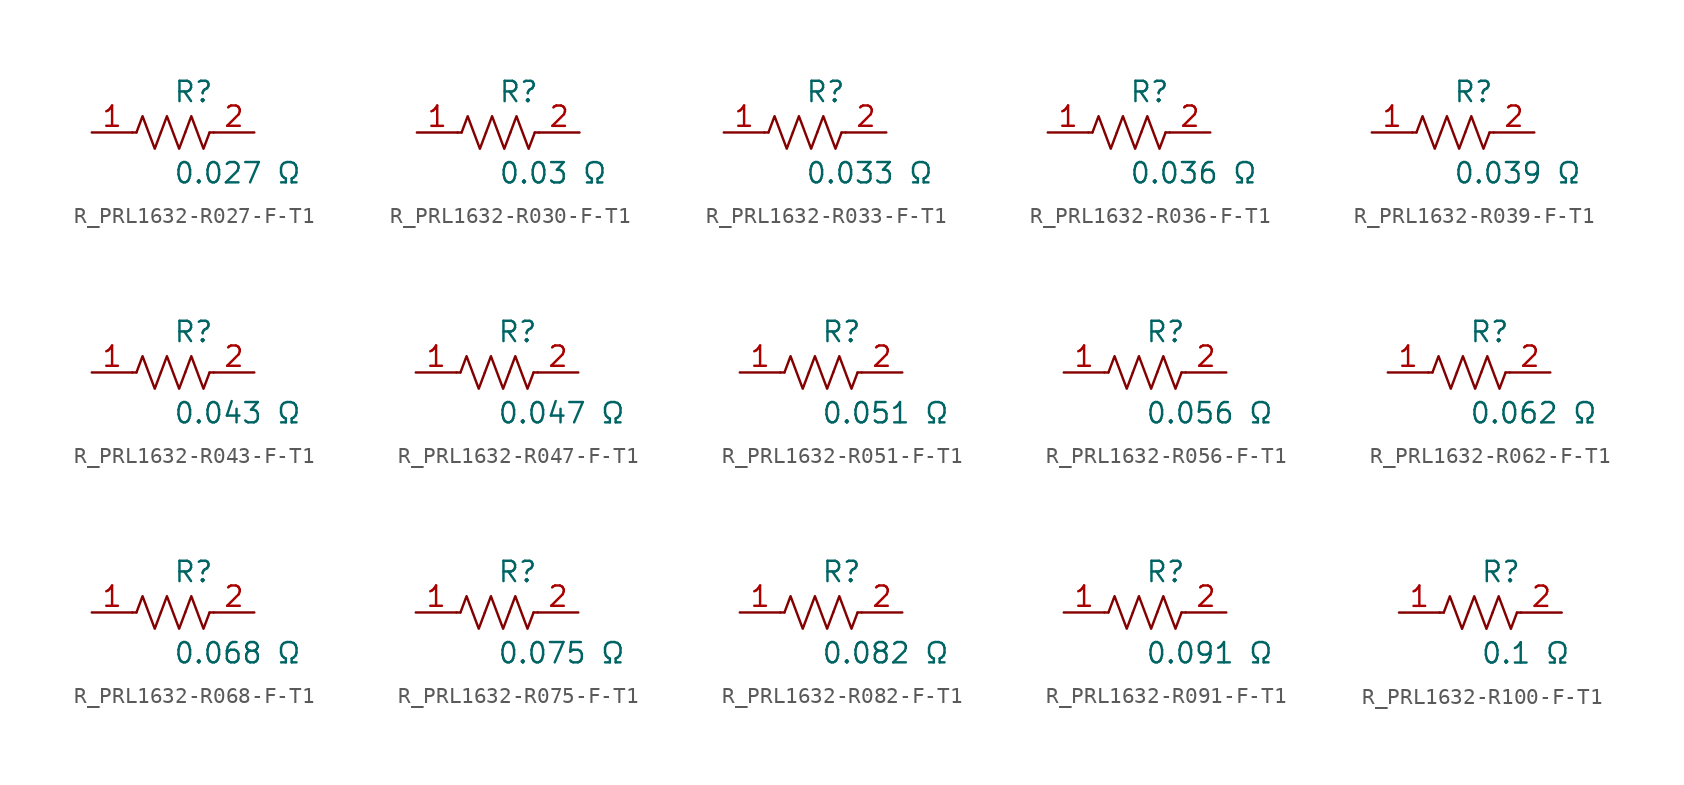
<source format=kicad_sym>
(kicad_symbol_lib
  (version 20231120)
  (generator kicad_symbol_editor)
  (generator_version 8.0)
  (symbol "R_PRL1632-R027-F-T1"
    (pin_names
      (offset 0.254))
    (property "Reference" "R"
      (at 0 2.54 0)
      (effects (font (size 1.27 1.27)) (justify left)))
    (property "Value" "0.027 Ω"
      (at 0 -2.54 0)
      (effects (font (size 1.27 1.27)) (justify left)))
    (symbol "R_PRL1632-R027-F-T1_0_1"
      (polyline (pts (xy 2.286 0) (xy 2.54 0)) (stroke (width 0) (type default)) (fill (type none)))
      (polyline (pts (xy -2.286 0) (xy -2.54 0)) (stroke (width 0) (type default)) (fill (type none)))
      (polyline (pts (xy 0.762 0) (xy 1.143 1.016) (xy 1.524 0) (xy 1.905 -1.016) (xy 2.286 0)) (stroke (width 0) (type default)) (fill (type none)))
      (polyline (pts (xy -0.762 0) (xy -0.381 1.016) (xy 0 0) (xy 0.381 -1.016) (xy 0.762 0)) (stroke (width 0) (type default)) (fill (type none)))
      (polyline (pts (xy -2.286 0) (xy -1.905 1.016) (xy -1.524 0) (xy -1.143 -1.016) (xy -0.762 0)) (stroke (width 0) (type default)) (fill (type none))))
    (pin passive line
      (at -5.08 0 0)
      (length 2.54)
      (name "" (effects (font (size 1.27 1.27))))
      (number "1" (effects (font (size 1.27 1.27)))))
    (pin passive line
      (at 5.08 0 180)
      (length 2.54)
      (name "" (effects (font (size 1.27 1.27))))
      (number "2" (effects (font (size 1.27 1.27))))))
  (symbol "R_PRL1632-R030-F-T1"
    (pin_names
      (offset 0.254))
    (property "Reference" "R"
      (at 0 2.54 0)
      (effects (font (size 1.27 1.27)) (justify left)))
    (property "Value" "0.03 Ω"
      (at 0 -2.54 0)
      (effects (font (size 1.27 1.27)) (justify left)))
    (symbol "R_PRL1632-R030-F-T1_0_1"
      (polyline (pts (xy 2.286 0) (xy 2.54 0)) (stroke (width 0) (type default)) (fill (type none)))
      (polyline (pts (xy -2.286 0) (xy -2.54 0)) (stroke (width 0) (type default)) (fill (type none)))
      (polyline (pts (xy 0.762 0) (xy 1.143 1.016) (xy 1.524 0) (xy 1.905 -1.016) (xy 2.286 0)) (stroke (width 0) (type default)) (fill (type none)))
      (polyline (pts (xy -0.762 0) (xy -0.381 1.016) (xy 0 0) (xy 0.381 -1.016) (xy 0.762 0)) (stroke (width 0) (type default)) (fill (type none)))
      (polyline (pts (xy -2.286 0) (xy -1.905 1.016) (xy -1.524 0) (xy -1.143 -1.016) (xy -0.762 0)) (stroke (width 0) (type default)) (fill (type none))))
    (pin passive line
      (at -5.08 0 0)
      (length 2.54)
      (name "" (effects (font (size 1.27 1.27))))
      (number "1" (effects (font (size 1.27 1.27)))))
    (pin passive line
      (at 5.08 0 180)
      (length 2.54)
      (name "" (effects (font (size 1.27 1.27))))
      (number "2" (effects (font (size 1.27 1.27))))))
  (symbol "R_PRL1632-R033-F-T1"
    (pin_names
      (offset 0.254))
    (property "Reference" "R"
      (at 0 2.54 0)
      (effects (font (size 1.27 1.27)) (justify left)))
    (property "Value" "0.033 Ω"
      (at 0 -2.54 0)
      (effects (font (size 1.27 1.27)) (justify left)))
    (symbol "R_PRL1632-R033-F-T1_0_1"
      (polyline (pts (xy 2.286 0) (xy 2.54 0)) (stroke (width 0) (type default)) (fill (type none)))
      (polyline (pts (xy -2.286 0) (xy -2.54 0)) (stroke (width 0) (type default)) (fill (type none)))
      (polyline (pts (xy 0.762 0) (xy 1.143 1.016) (xy 1.524 0) (xy 1.905 -1.016) (xy 2.286 0)) (stroke (width 0) (type default)) (fill (type none)))
      (polyline (pts (xy -0.762 0) (xy -0.381 1.016) (xy 0 0) (xy 0.381 -1.016) (xy 0.762 0)) (stroke (width 0) (type default)) (fill (type none)))
      (polyline (pts (xy -2.286 0) (xy -1.905 1.016) (xy -1.524 0) (xy -1.143 -1.016) (xy -0.762 0)) (stroke (width 0) (type default)) (fill (type none))))
    (pin passive line
      (at -5.08 0 0)
      (length 2.54)
      (name "" (effects (font (size 1.27 1.27))))
      (number "1" (effects (font (size 1.27 1.27)))))
    (pin passive line
      (at 5.08 0 180)
      (length 2.54)
      (name "" (effects (font (size 1.27 1.27))))
      (number "2" (effects (font (size 1.27 1.27))))))
  (symbol "R_PRL1632-R036-F-T1"
    (pin_names
      (offset 0.254))
    (property "Reference" "R"
      (at 0 2.54 0)
      (effects (font (size 1.27 1.27)) (justify left)))
    (property "Value" "0.036 Ω"
      (at 0 -2.54 0)
      (effects (font (size 1.27 1.27)) (justify left)))
    (symbol "R_PRL1632-R036-F-T1_0_1"
      (polyline (pts (xy 2.286 0) (xy 2.54 0)) (stroke (width 0) (type default)) (fill (type none)))
      (polyline (pts (xy -2.286 0) (xy -2.54 0)) (stroke (width 0) (type default)) (fill (type none)))
      (polyline (pts (xy 0.762 0) (xy 1.143 1.016) (xy 1.524 0) (xy 1.905 -1.016) (xy 2.286 0)) (stroke (width 0) (type default)) (fill (type none)))
      (polyline (pts (xy -0.762 0) (xy -0.381 1.016) (xy 0 0) (xy 0.381 -1.016) (xy 0.762 0)) (stroke (width 0) (type default)) (fill (type none)))
      (polyline (pts (xy -2.286 0) (xy -1.905 1.016) (xy -1.524 0) (xy -1.143 -1.016) (xy -0.762 0)) (stroke (width 0) (type default)) (fill (type none))))
    (pin passive line
      (at -5.08 0 0)
      (length 2.54)
      (name "" (effects (font (size 1.27 1.27))))
      (number "1" (effects (font (size 1.27 1.27)))))
    (pin passive line
      (at 5.08 0 180)
      (length 2.54)
      (name "" (effects (font (size 1.27 1.27))))
      (number "2" (effects (font (size 1.27 1.27))))))
  (symbol "R_PRL1632-R039-F-T1"
    (pin_names
      (offset 0.254))
    (property "Reference" "R"
      (at 0 2.54 0)
      (effects (font (size 1.27 1.27)) (justify left)))
    (property "Value" "0.039 Ω"
      (at 0 -2.54 0)
      (effects (font (size 1.27 1.27)) (justify left)))
    (symbol "R_PRL1632-R039-F-T1_0_1"
      (polyline (pts (xy 2.286 0) (xy 2.54 0)) (stroke (width 0) (type default)) (fill (type none)))
      (polyline (pts (xy -2.286 0) (xy -2.54 0)) (stroke (width 0) (type default)) (fill (type none)))
      (polyline (pts (xy 0.762 0) (xy 1.143 1.016) (xy 1.524 0) (xy 1.905 -1.016) (xy 2.286 0)) (stroke (width 0) (type default)) (fill (type none)))
      (polyline (pts (xy -0.762 0) (xy -0.381 1.016) (xy 0 0) (xy 0.381 -1.016) (xy 0.762 0)) (stroke (width 0) (type default)) (fill (type none)))
      (polyline (pts (xy -2.286 0) (xy -1.905 1.016) (xy -1.524 0) (xy -1.143 -1.016) (xy -0.762 0)) (stroke (width 0) (type default)) (fill (type none))))
    (pin passive line
      (at -5.08 0 0)
      (length 2.54)
      (name "" (effects (font (size 1.27 1.27))))
      (number "1" (effects (font (size 1.27 1.27)))))
    (pin passive line
      (at 5.08 0 180)
      (length 2.54)
      (name "" (effects (font (size 1.27 1.27))))
      (number "2" (effects (font (size 1.27 1.27))))))
  (symbol "R_PRL1632-R043-F-T1"
    (pin_names
      (offset 0.254))
    (property "Reference" "R"
      (at 0 2.54 0)
      (effects (font (size 1.27 1.27)) (justify left)))
    (property "Value" "0.043 Ω"
      (at 0 -2.54 0)
      (effects (font (size 1.27 1.27)) (justify left)))
    (symbol "R_PRL1632-R043-F-T1_0_1"
      (polyline (pts (xy 2.286 0) (xy 2.54 0)) (stroke (width 0) (type default)) (fill (type none)))
      (polyline (pts (xy -2.286 0) (xy -2.54 0)) (stroke (width 0) (type default)) (fill (type none)))
      (polyline (pts (xy 0.762 0) (xy 1.143 1.016) (xy 1.524 0) (xy 1.905 -1.016) (xy 2.286 0)) (stroke (width 0) (type default)) (fill (type none)))
      (polyline (pts (xy -0.762 0) (xy -0.381 1.016) (xy 0 0) (xy 0.381 -1.016) (xy 0.762 0)) (stroke (width 0) (type default)) (fill (type none)))
      (polyline (pts (xy -2.286 0) (xy -1.905 1.016) (xy -1.524 0) (xy -1.143 -1.016) (xy -0.762 0)) (stroke (width 0) (type default)) (fill (type none))))
    (pin passive line
      (at -5.08 0 0)
      (length 2.54)
      (name "" (effects (font (size 1.27 1.27))))
      (number "1" (effects (font (size 1.27 1.27)))))
    (pin passive line
      (at 5.08 0 180)
      (length 2.54)
      (name "" (effects (font (size 1.27 1.27))))
      (number "2" (effects (font (size 1.27 1.27))))))
  (symbol "R_PRL1632-R047-F-T1"
    (pin_names
      (offset 0.254))
    (property "Reference" "R"
      (at 0 2.54 0)
      (effects (font (size 1.27 1.27)) (justify left)))
    (property "Value" "0.047 Ω"
      (at 0 -2.54 0)
      (effects (font (size 1.27 1.27)) (justify left)))
    (symbol "R_PRL1632-R047-F-T1_0_1"
      (polyline (pts (xy 2.286 0) (xy 2.54 0)) (stroke (width 0) (type default)) (fill (type none)))
      (polyline (pts (xy -2.286 0) (xy -2.54 0)) (stroke (width 0) (type default)) (fill (type none)))
      (polyline (pts (xy 0.762 0) (xy 1.143 1.016) (xy 1.524 0) (xy 1.905 -1.016) (xy 2.286 0)) (stroke (width 0) (type default)) (fill (type none)))
      (polyline (pts (xy -0.762 0) (xy -0.381 1.016) (xy 0 0) (xy 0.381 -1.016) (xy 0.762 0)) (stroke (width 0) (type default)) (fill (type none)))
      (polyline (pts (xy -2.286 0) (xy -1.905 1.016) (xy -1.524 0) (xy -1.143 -1.016) (xy -0.762 0)) (stroke (width 0) (type default)) (fill (type none))))
    (pin passive line
      (at -5.08 0 0)
      (length 2.54)
      (name "" (effects (font (size 1.27 1.27))))
      (number "1" (effects (font (size 1.27 1.27)))))
    (pin passive line
      (at 5.08 0 180)
      (length 2.54)
      (name "" (effects (font (size 1.27 1.27))))
      (number "2" (effects (font (size 1.27 1.27))))))
  (symbol "R_PRL1632-R051-F-T1"
    (pin_names
      (offset 0.254))
    (property "Reference" "R"
      (at 0 2.54 0)
      (effects (font (size 1.27 1.27)) (justify left)))
    (property "Value" "0.051 Ω"
      (at 0 -2.54 0)
      (effects (font (size 1.27 1.27)) (justify left)))
    (symbol "R_PRL1632-R051-F-T1_0_1"
      (polyline (pts (xy 2.286 0) (xy 2.54 0)) (stroke (width 0) (type default)) (fill (type none)))
      (polyline (pts (xy -2.286 0) (xy -2.54 0)) (stroke (width 0) (type default)) (fill (type none)))
      (polyline (pts (xy 0.762 0) (xy 1.143 1.016) (xy 1.524 0) (xy 1.905 -1.016) (xy 2.286 0)) (stroke (width 0) (type default)) (fill (type none)))
      (polyline (pts (xy -0.762 0) (xy -0.381 1.016) (xy 0 0) (xy 0.381 -1.016) (xy 0.762 0)) (stroke (width 0) (type default)) (fill (type none)))
      (polyline (pts (xy -2.286 0) (xy -1.905 1.016) (xy -1.524 0) (xy -1.143 -1.016) (xy -0.762 0)) (stroke (width 0) (type default)) (fill (type none))))
    (pin passive line
      (at -5.08 0 0)
      (length 2.54)
      (name "" (effects (font (size 1.27 1.27))))
      (number "1" (effects (font (size 1.27 1.27)))))
    (pin passive line
      (at 5.08 0 180)
      (length 2.54)
      (name "" (effects (font (size 1.27 1.27))))
      (number "2" (effects (font (size 1.27 1.27))))))
  (symbol "R_PRL1632-R056-F-T1"
    (pin_names
      (offset 0.254))
    (property "Reference" "R"
      (at 0 2.54 0)
      (effects (font (size 1.27 1.27)) (justify left)))
    (property "Value" "0.056 Ω"
      (at 0 -2.54 0)
      (effects (font (size 1.27 1.27)) (justify left)))
    (symbol "R_PRL1632-R056-F-T1_0_1"
      (polyline (pts (xy 2.286 0) (xy 2.54 0)) (stroke (width 0) (type default)) (fill (type none)))
      (polyline (pts (xy -2.286 0) (xy -2.54 0)) (stroke (width 0) (type default)) (fill (type none)))
      (polyline (pts (xy 0.762 0) (xy 1.143 1.016) (xy 1.524 0) (xy 1.905 -1.016) (xy 2.286 0)) (stroke (width 0) (type default)) (fill (type none)))
      (polyline (pts (xy -0.762 0) (xy -0.381 1.016) (xy 0 0) (xy 0.381 -1.016) (xy 0.762 0)) (stroke (width 0) (type default)) (fill (type none)))
      (polyline (pts (xy -2.286 0) (xy -1.905 1.016) (xy -1.524 0) (xy -1.143 -1.016) (xy -0.762 0)) (stroke (width 0) (type default)) (fill (type none))))
    (pin passive line
      (at -5.08 0 0)
      (length 2.54)
      (name "" (effects (font (size 1.27 1.27))))
      (number "1" (effects (font (size 1.27 1.27)))))
    (pin passive line
      (at 5.08 0 180)
      (length 2.54)
      (name "" (effects (font (size 1.27 1.27))))
      (number "2" (effects (font (size 1.27 1.27))))))
  (symbol "R_PRL1632-R062-F-T1"
    (pin_names
      (offset 0.254))
    (property "Reference" "R"
      (at 0 2.54 0)
      (effects (font (size 1.27 1.27)) (justify left)))
    (property "Value" "0.062 Ω"
      (at 0 -2.54 0)
      (effects (font (size 1.27 1.27)) (justify left)))
    (symbol "R_PRL1632-R062-F-T1_0_1"
      (polyline (pts (xy 2.286 0) (xy 2.54 0)) (stroke (width 0) (type default)) (fill (type none)))
      (polyline (pts (xy -2.286 0) (xy -2.54 0)) (stroke (width 0) (type default)) (fill (type none)))
      (polyline (pts (xy 0.762 0) (xy 1.143 1.016) (xy 1.524 0) (xy 1.905 -1.016) (xy 2.286 0)) (stroke (width 0) (type default)) (fill (type none)))
      (polyline (pts (xy -0.762 0) (xy -0.381 1.016) (xy 0 0) (xy 0.381 -1.016) (xy 0.762 0)) (stroke (width 0) (type default)) (fill (type none)))
      (polyline (pts (xy -2.286 0) (xy -1.905 1.016) (xy -1.524 0) (xy -1.143 -1.016) (xy -0.762 0)) (stroke (width 0) (type default)) (fill (type none))))
    (pin passive line
      (at -5.08 0 0)
      (length 2.54)
      (name "" (effects (font (size 1.27 1.27))))
      (number "1" (effects (font (size 1.27 1.27)))))
    (pin passive line
      (at 5.08 0 180)
      (length 2.54)
      (name "" (effects (font (size 1.27 1.27))))
      (number "2" (effects (font (size 1.27 1.27))))))
  (symbol "R_PRL1632-R068-F-T1"
    (pin_names
      (offset 0.254))
    (property "Reference" "R"
      (at 0 2.54 0)
      (effects (font (size 1.27 1.27)) (justify left)))
    (property "Value" "0.068 Ω"
      (at 0 -2.54 0)
      (effects (font (size 1.27 1.27)) (justify left)))
    (symbol "R_PRL1632-R068-F-T1_0_1"
      (polyline (pts (xy 2.286 0) (xy 2.54 0)) (stroke (width 0) (type default)) (fill (type none)))
      (polyline (pts (xy -2.286 0) (xy -2.54 0)) (stroke (width 0) (type default)) (fill (type none)))
      (polyline (pts (xy 0.762 0) (xy 1.143 1.016) (xy 1.524 0) (xy 1.905 -1.016) (xy 2.286 0)) (stroke (width 0) (type default)) (fill (type none)))
      (polyline (pts (xy -0.762 0) (xy -0.381 1.016) (xy 0 0) (xy 0.381 -1.016) (xy 0.762 0)) (stroke (width 0) (type default)) (fill (type none)))
      (polyline (pts (xy -2.286 0) (xy -1.905 1.016) (xy -1.524 0) (xy -1.143 -1.016) (xy -0.762 0)) (stroke (width 0) (type default)) (fill (type none))))
    (pin passive line
      (at -5.08 0 0)
      (length 2.54)
      (name "" (effects (font (size 1.27 1.27))))
      (number "1" (effects (font (size 1.27 1.27)))))
    (pin passive line
      (at 5.08 0 180)
      (length 2.54)
      (name "" (effects (font (size 1.27 1.27))))
      (number "2" (effects (font (size 1.27 1.27))))))
  (symbol "R_PRL1632-R075-F-T1"
    (pin_names
      (offset 0.254))
    (property "Reference" "R"
      (at 0 2.54 0)
      (effects (font (size 1.27 1.27)) (justify left)))
    (property "Value" "0.075 Ω"
      (at 0 -2.54 0)
      (effects (font (size 1.27 1.27)) (justify left)))
    (symbol "R_PRL1632-R075-F-T1_0_1"
      (polyline (pts (xy 2.286 0) (xy 2.54 0)) (stroke (width 0) (type default)) (fill (type none)))
      (polyline (pts (xy -2.286 0) (xy -2.54 0)) (stroke (width 0) (type default)) (fill (type none)))
      (polyline (pts (xy 0.762 0) (xy 1.143 1.016) (xy 1.524 0) (xy 1.905 -1.016) (xy 2.286 0)) (stroke (width 0) (type default)) (fill (type none)))
      (polyline (pts (xy -0.762 0) (xy -0.381 1.016) (xy 0 0) (xy 0.381 -1.016) (xy 0.762 0)) (stroke (width 0) (type default)) (fill (type none)))
      (polyline (pts (xy -2.286 0) (xy -1.905 1.016) (xy -1.524 0) (xy -1.143 -1.016) (xy -0.762 0)) (stroke (width 0) (type default)) (fill (type none))))
    (pin passive line
      (at -5.08 0 0)
      (length 2.54)
      (name "" (effects (font (size 1.27 1.27))))
      (number "1" (effects (font (size 1.27 1.27)))))
    (pin passive line
      (at 5.08 0 180)
      (length 2.54)
      (name "" (effects (font (size 1.27 1.27))))
      (number "2" (effects (font (size 1.27 1.27))))))
  (symbol "R_PRL1632-R082-F-T1"
    (pin_names
      (offset 0.254))
    (property "Reference" "R"
      (at 0 2.54 0)
      (effects (font (size 1.27 1.27)) (justify left)))
    (property "Value" "0.082 Ω"
      (at 0 -2.54 0)
      (effects (font (size 1.27 1.27)) (justify left)))
    (symbol "R_PRL1632-R082-F-T1_0_1"
      (polyline (pts (xy 2.286 0) (xy 2.54 0)) (stroke (width 0) (type default)) (fill (type none)))
      (polyline (pts (xy -2.286 0) (xy -2.54 0)) (stroke (width 0) (type default)) (fill (type none)))
      (polyline (pts (xy 0.762 0) (xy 1.143 1.016) (xy 1.524 0) (xy 1.905 -1.016) (xy 2.286 0)) (stroke (width 0) (type default)) (fill (type none)))
      (polyline (pts (xy -0.762 0) (xy -0.381 1.016) (xy 0 0) (xy 0.381 -1.016) (xy 0.762 0)) (stroke (width 0) (type default)) (fill (type none)))
      (polyline (pts (xy -2.286 0) (xy -1.905 1.016) (xy -1.524 0) (xy -1.143 -1.016) (xy -0.762 0)) (stroke (width 0) (type default)) (fill (type none))))
    (pin passive line
      (at -5.08 0 0)
      (length 2.54)
      (name "" (effects (font (size 1.27 1.27))))
      (number "1" (effects (font (size 1.27 1.27)))))
    (pin passive line
      (at 5.08 0 180)
      (length 2.54)
      (name "" (effects (font (size 1.27 1.27))))
      (number "2" (effects (font (size 1.27 1.27))))))
  (symbol "R_PRL1632-R091-F-T1"
    (pin_names
      (offset 0.254))
    (property "Reference" "R"
      (at 0 2.54 0)
      (effects (font (size 1.27 1.27)) (justify left)))
    (property "Value" "0.091 Ω"
      (at 0 -2.54 0)
      (effects (font (size 1.27 1.27)) (justify left)))
    (symbol "R_PRL1632-R091-F-T1_0_1"
      (polyline (pts (xy 2.286 0) (xy 2.54 0)) (stroke (width 0) (type default)) (fill (type none)))
      (polyline (pts (xy -2.286 0) (xy -2.54 0)) (stroke (width 0) (type default)) (fill (type none)))
      (polyline (pts (xy 0.762 0) (xy 1.143 1.016) (xy 1.524 0) (xy 1.905 -1.016) (xy 2.286 0)) (stroke (width 0) (type default)) (fill (type none)))
      (polyline (pts (xy -0.762 0) (xy -0.381 1.016) (xy 0 0) (xy 0.381 -1.016) (xy 0.762 0)) (stroke (width 0) (type default)) (fill (type none)))
      (polyline (pts (xy -2.286 0) (xy -1.905 1.016) (xy -1.524 0) (xy -1.143 -1.016) (xy -0.762 0)) (stroke (width 0) (type default)) (fill (type none))))
    (pin passive line
      (at -5.08 0 0)
      (length 2.54)
      (name "" (effects (font (size 1.27 1.27))))
      (number "1" (effects (font (size 1.27 1.27)))))
    (pin passive line
      (at 5.08 0 180)
      (length 2.54)
      (name "" (effects (font (size 1.27 1.27))))
      (number "2" (effects (font (size 1.27 1.27))))))
  (symbol "R_PRL1632-R100-F-T1"
    (pin_names
      (offset 0.254))
    (property "Reference" "R"
      (at 0 2.54 0)
      (effects (font (size 1.27 1.27)) (justify left)))
    (property "Value" "0.1 Ω"
      (at 0 -2.54 0)
      (effects (font (size 1.27 1.27)) (justify left)))
    (symbol "R_PRL1632-R100-F-T1_0_1"
      (polyline (pts (xy 2.286 0) (xy 2.54 0)) (stroke (width 0) (type default)) (fill (type none)))
      (polyline (pts (xy -2.286 0) (xy -2.54 0)) (stroke (width 0) (type default)) (fill (type none)))
      (polyline (pts (xy 0.762 0) (xy 1.143 1.016) (xy 1.524 0) (xy 1.905 -1.016) (xy 2.286 0)) (stroke (width 0) (type default)) (fill (type none)))
      (polyline (pts (xy -0.762 0) (xy -0.381 1.016) (xy 0 0) (xy 0.381 -1.016) (xy 0.762 0)) (stroke (width 0) (type default)) (fill (type none)))
      (polyline (pts (xy -2.286 0) (xy -1.905 1.016) (xy -1.524 0) (xy -1.143 -1.016) (xy -0.762 0)) (stroke (width 0) (type default)) (fill (type none))))
    (pin passive line
      (at -5.08 0 0)
      (length 2.54)
      (name "" (effects (font (size 1.27 1.27))))
      (number "1" (effects (font (size 1.27 1.27)))))
    (pin passive line
      (at 5.08 0 180)
      (length 2.54)
      (name "" (effects (font (size 1.27 1.27))))
      (number "2" (effects (font (size 1.27 1.27)))))))
</source>
